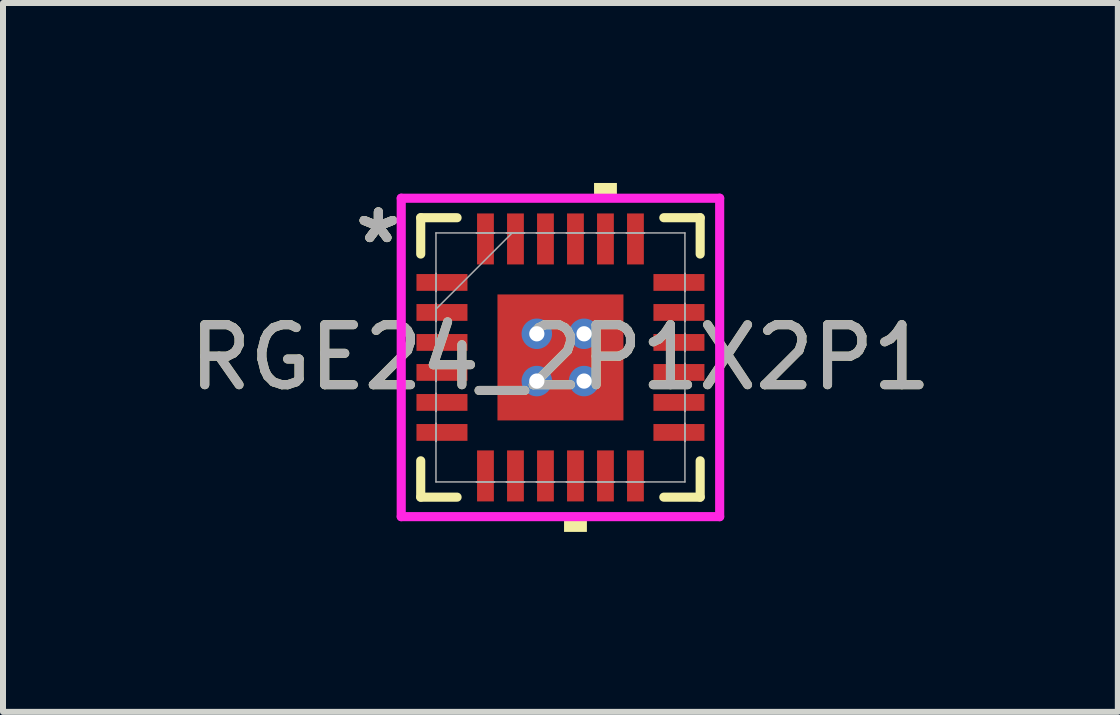
<source format=kicad_pcb>
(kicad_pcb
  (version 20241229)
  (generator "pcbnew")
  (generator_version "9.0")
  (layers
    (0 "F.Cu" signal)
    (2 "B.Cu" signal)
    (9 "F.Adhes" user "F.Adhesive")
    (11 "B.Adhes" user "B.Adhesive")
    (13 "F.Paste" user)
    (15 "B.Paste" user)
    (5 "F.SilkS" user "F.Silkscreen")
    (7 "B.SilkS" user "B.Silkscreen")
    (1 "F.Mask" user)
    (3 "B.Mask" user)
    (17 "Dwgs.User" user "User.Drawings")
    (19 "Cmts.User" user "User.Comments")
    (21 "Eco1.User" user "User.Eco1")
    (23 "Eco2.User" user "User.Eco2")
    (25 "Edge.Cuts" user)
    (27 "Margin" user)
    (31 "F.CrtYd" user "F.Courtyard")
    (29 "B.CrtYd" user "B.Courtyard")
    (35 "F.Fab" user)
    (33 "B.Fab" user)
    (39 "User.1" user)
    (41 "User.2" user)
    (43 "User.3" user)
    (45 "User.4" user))
  (footprint "RGE24_2P1X2P1"
    (layer "F.Cu")
    (at 6.292 2.908)
    (property "Reference" "RGE24_2P1X2P1" (at 0 0 0) (unlocked yes) (layer "F.SilkS") (effects (font (size 1 1) (thickness 0.15))))
    (attr smd)
    (fp_poly (pts (xy -2.47 -1.46) (xy -2.47 -1.04) (xy -1.48 -1.04) (xy -1.48 -1.46)) (stroke (width 0) (type solid)) (fill yes) (layer "F.Mask"))
    (fp_poly (pts (xy -2.47 -0.96) (xy -2.47 -0.54) (xy -1.48 -0.54) (xy -1.48 -0.96)) (stroke (width 0) (type solid)) (fill yes) (layer "F.Mask"))
    (fp_poly (pts (xy -2.47 -0.46) (xy -2.47 -0.04) (xy -1.48 -0.04) (xy -1.48 -0.46)) (stroke (width 0) (type solid)) (fill yes) (layer "F.Mask"))
    (fp_poly (pts (xy -2.47 0.04) (xy -2.47 0.46) (xy -1.48 0.46) (xy -1.48 0.04)) (stroke (width 0) (type solid)) (fill yes) (layer "F.Mask"))
    (fp_poly (pts (xy -2.47 0.54) (xy -2.47 0.96) (xy -1.48 0.96) (xy -1.48 0.54)) (stroke (width 0) (type solid)) (fill yes) (layer "F.Mask"))
    (fp_poly (pts (xy -2.47 1.04) (xy -2.47 1.46) (xy -1.48 1.46) (xy -1.48 1.04)) (stroke (width 0) (type solid)) (fill yes) (layer "F.Mask"))
    (fp_poly (pts (xy -1.46 -2.47) (xy -1.46 -1.48) (xy -1.041 -1.48) (xy -1.041 -2.47)) (stroke (width 0) (type solid)) (fill yes) (layer "F.Mask"))
    (fp_poly (pts (xy -1.46 1.48) (xy -1.46 2.47) (xy -1.041 2.47) (xy -1.041 1.48)) (stroke (width 0) (type solid)) (fill yes) (layer "F.Mask"))
    (fp_poly (pts (xy -1.113 -1.113) (xy -0.594 -1.113) (xy -0.594 1.113) (xy -1.113 1.113)) (stroke (width 0) (type solid)) (fill yes) (layer "F.Mask"))
    (fp_poly (pts (xy -1.113 -1.113) (xy 1.113 -1.113) (xy 1.113 -0.594) (xy -1.113 -0.594)) (stroke (width 0) (type solid)) (fill yes) (layer "F.Mask"))
    (fp_poly (pts (xy -1.113 -0.194) (xy 1.113 -0.194) (xy 1.113 0.194) (xy -1.113 0.194)) (stroke (width 0) (type solid)) (fill yes) (layer "F.Mask"))
    (fp_poly (pts (xy -1.113 0.594) (xy 1.113 0.594) (xy 1.113 1.113) (xy -1.113 1.113)) (stroke (width 0) (type solid)) (fill yes) (layer "F.Mask"))
    (fp_poly (pts (xy -0.96 -2.47) (xy -0.96 -1.48) (xy -0.541 -1.48) (xy -0.541 -2.47)) (stroke (width 0) (type solid)) (fill yes) (layer "F.Mask"))
    (fp_poly (pts (xy -0.96 1.48) (xy -0.96 2.47) (xy -0.541 2.47) (xy -0.541 1.48)) (stroke (width 0) (type solid)) (fill yes) (layer "F.Mask"))
    (fp_poly (pts (xy -0.46 -2.47) (xy -0.46 -1.48) (xy -0.04 -1.48) (xy -0.04 -2.47)) (stroke (width 0) (type solid)) (fill yes) (layer "F.Mask"))
    (fp_poly (pts (xy -0.46 1.48) (xy -0.46 2.47) (xy -0.04 2.47) (xy -0.04 1.48)) (stroke (width 0) (type solid)) (fill yes) (layer "F.Mask"))
    (fp_poly (pts (xy 0.04 -2.47) (xy 0.04 -1.48) (xy 0.46 -1.48) (xy 0.46 -2.47)) (stroke (width 0) (type solid)) (fill yes) (layer "F.Mask"))
    (fp_poly (pts (xy 0.04 1.48) (xy 0.04 2.47) (xy 0.46 2.47) (xy 0.46 1.48)) (stroke (width 0) (type solid)) (fill yes) (layer "F.Mask"))
    (fp_poly (pts (xy 0.194 -1.113) (xy -0.194 -1.113) (xy -0.194 1.113) (xy 0.194 1.113)) (stroke (width 0) (type solid)) (fill yes) (layer "F.Mask"))
    (fp_poly (pts (xy 0.541 -2.47) (xy 0.541 -1.48) (xy 0.96 -1.48) (xy 0.96 -2.47)) (stroke (width 0) (type solid)) (fill yes) (layer "F.Mask"))
    (fp_poly (pts (xy 0.541 1.48) (xy 0.541 2.47) (xy 0.96 2.47) (xy 0.96 1.48)) (stroke (width 0) (type solid)) (fill yes) (layer "F.Mask"))
    (fp_poly (pts (xy 0.594 -1.113) (xy 1.113 -1.113) (xy 1.113 1.113) (xy 0.594 1.113)) (stroke (width 0) (type solid)) (fill yes) (layer "F.Mask"))
    (fp_poly (pts (xy 1.041 -2.47) (xy 1.041 -1.48) (xy 1.46 -1.48) (xy 1.46 -2.47)) (stroke (width 0) (type solid)) (fill yes) (layer "F.Mask"))
    (fp_poly (pts (xy 1.041 1.48) (xy 1.041 2.47) (xy 1.46 2.47) (xy 1.46 1.48)) (stroke (width 0) (type solid)) (fill yes) (layer "F.Mask"))
    (fp_poly (pts (xy 1.48 -1.46) (xy 1.48 -1.04) (xy 2.47 -1.04) (xy 2.47 -1.46)) (stroke (width 0) (type solid)) (fill yes) (layer "F.Mask"))
    (fp_poly (pts (xy 1.48 -0.96) (xy 1.48 -0.54) (xy 2.47 -0.54) (xy 2.47 -0.96)) (stroke (width 0) (type solid)) (fill yes) (layer "F.Mask"))
    (fp_poly (pts (xy 1.48 -0.46) (xy 1.48 -0.04) (xy 2.47 -0.04) (xy 2.47 -0.46)) (stroke (width 0) (type solid)) (fill yes) (layer "F.Mask"))
    (fp_poly (pts (xy 1.48 0.04) (xy 1.48 0.46) (xy 2.47 0.46) (xy 2.47 0.04)) (stroke (width 0) (type solid)) (fill yes) (layer "F.Mask"))
    (fp_poly (pts (xy 1.48 0.54) (xy 1.48 0.96) (xy 2.47 0.96) (xy 2.47 0.54)) (stroke (width 0) (type solid)) (fill yes) (layer "F.Mask"))
    (fp_poly (pts (xy 1.48 1.04) (xy 1.48 1.46) (xy 2.47 1.46) (xy 2.47 1.04)) (stroke (width 0) (type solid)) (fill yes) (layer "F.Mask"))
    (fp_line (start -2.329 -2.329) (end -2.329 -1.723) (stroke (width 0.152) (type solid)) (layer "F.SilkS"))
    (fp_line (start -2.329 1.723) (end -2.329 2.329) (stroke (width 0.152) (type solid)) (layer "F.SilkS"))
    (fp_line (start -2.329 2.329) (end -1.723 2.329) (stroke (width 0.152) (type solid)) (layer "F.SilkS"))
    (fp_line (start -1.723 -2.329) (end -2.329 -2.329) (stroke (width 0.152) (type solid)) (layer "F.SilkS"))
    (fp_line (start 1.723 2.329) (end 2.329 2.329) (stroke (width 0.152) (type solid)) (layer "F.SilkS"))
    (fp_line (start 2.329 -2.329) (end 1.723 -2.329) (stroke (width 0.152) (type solid)) (layer "F.SilkS"))
    (fp_line (start 2.329 -1.723) (end 2.329 -2.329) (stroke (width 0.152) (type solid)) (layer "F.SilkS"))
    (fp_line (start 2.329 2.329) (end 2.329 1.723) (stroke (width 0.152) (type solid)) (layer "F.SilkS"))
    (fp_poly (pts (xy 0.06 2.654) (xy 0.06 2.908) (xy 0.441 2.908) (xy 0.441 2.654)) (stroke (width 0) (type solid)) (fill yes) (layer "F.SilkS"))
    (fp_poly (pts (xy 0.56 -2.654) (xy 0.56 -2.908) (xy 0.941 -2.908) (xy 0.941 -2.654)) (stroke (width 0) (type solid)) (fill yes) (layer "F.SilkS"))
    (fp_poly (pts (xy -2.375 -1.365) (xy -2.375 -1.135) (xy -1.575 -1.135) (xy -1.575 -1.365)) (stroke (width 0) (type solid)) (fill yes) (layer "F.Paste"))
    (fp_poly (pts (xy -2.375 -0.865) (xy -2.375 -0.635) (xy -1.575 -0.635) (xy -1.575 -0.865)) (stroke (width 0) (type solid)) (fill yes) (layer "F.Paste"))
    (fp_poly (pts (xy -2.375 -0.365) (xy -2.375 -0.135) (xy -1.575 -0.135) (xy -1.575 -0.365)) (stroke (width 0) (type solid)) (fill yes) (layer "F.Paste"))
    (fp_poly (pts (xy -2.375 0.135) (xy -2.375 0.365) (xy -1.575 0.365) (xy -1.575 0.135)) (stroke (width 0) (type solid)) (fill yes) (layer "F.Paste"))
    (fp_poly (pts (xy -2.375 0.635) (xy -2.375 0.865) (xy -1.575 0.865) (xy -1.575 0.635)) (stroke (width 0) (type solid)) (fill yes) (layer "F.Paste"))
    (fp_poly (pts (xy -2.375 1.135) (xy -2.375 1.365) (xy -1.575 1.365) (xy -1.575 1.135)) (stroke (width 0) (type solid)) (fill yes) (layer "F.Paste"))
    (fp_poly (pts (xy -1.365 -2.375) (xy -1.365 -1.575) (xy -1.135 -1.575) (xy -1.135 -2.375)) (stroke (width 0) (type solid)) (fill yes) (layer "F.Paste"))
    (fp_poly (pts (xy -1.365 1.575) (xy -1.365 2.375) (xy -1.135 2.375) (xy -1.135 1.575)) (stroke (width 0) (type solid)) (fill yes) (layer "F.Paste"))
    (fp_poly (pts (xy -0.865 -2.375) (xy -0.865 -1.575) (xy -0.635 -1.575) (xy -0.635 -2.375)) (stroke (width 0) (type solid)) (fill yes) (layer "F.Paste"))
    (fp_poly (pts (xy -0.865 1.575) (xy -0.865 2.375) (xy -0.635 2.375) (xy -0.635 1.575)) (stroke (width 0) (type solid)) (fill yes) (layer "F.Paste"))
    (fp_poly (pts (xy -0.365 -2.375) (xy -0.365 -1.575) (xy -0.135 -1.575) (xy -0.135 -2.375)) (stroke (width 0) (type solid)) (fill yes) (layer "F.Paste"))
    (fp_poly (pts (xy -0.365 1.575) (xy -0.365 2.375) (xy -0.135 2.375) (xy -0.135 1.575)) (stroke (width 0) (type solid)) (fill yes) (layer "F.Paste"))
    (fp_poly (pts (xy 0.135 -2.375) (xy 0.135 -1.575) (xy 0.365 -1.575) (xy 0.365 -2.375)) (stroke (width 0) (type solid)) (fill yes) (layer "F.Paste"))
    (fp_poly (pts (xy 0.135 1.575) (xy 0.135 2.375) (xy 0.365 2.375) (xy 0.365 1.575)) (stroke (width 0) (type solid)) (fill yes) (layer "F.Paste"))
    (fp_poly (pts (xy 0.635 -2.375) (xy 0.635 -1.575) (xy 0.865 -1.575) (xy 0.865 -2.375)) (stroke (width 0) (type solid)) (fill yes) (layer "F.Paste"))
    (fp_poly (pts (xy 0.635 1.575) (xy 0.635 2.375) (xy 0.865 2.375) (xy 0.865 1.575)) (stroke (width 0) (type solid)) (fill yes) (layer "F.Paste"))
    (fp_poly (pts (xy 1.135 -2.375) (xy 1.135 -1.575) (xy 1.365 -1.575) (xy 1.365 -2.375)) (stroke (width 0) (type solid)) (fill yes) (layer "F.Paste"))
    (fp_poly (pts (xy 1.135 1.575) (xy 1.135 2.375) (xy 1.365 2.375) (xy 1.365 1.575)) (stroke (width 0) (type solid)) (fill yes) (layer "F.Paste"))
    (fp_poly (pts (xy 1.575 -1.365) (xy 1.575 -1.135) (xy 2.375 -1.135) (xy 2.375 -1.365)) (stroke (width 0) (type solid)) (fill yes) (layer "F.Paste"))
    (fp_poly (pts (xy 1.575 -0.865) (xy 1.575 -0.635) (xy 2.375 -0.635) (xy 2.375 -0.865)) (stroke (width 0) (type solid)) (fill yes) (layer "F.Paste"))
    (fp_poly (pts (xy 1.575 -0.365) (xy 1.575 -0.135) (xy 2.375 -0.135) (xy 2.375 -0.365)) (stroke (width 0) (type solid)) (fill yes) (layer "F.Paste"))
    (fp_poly (pts (xy 1.575 0.135) (xy 1.575 0.365) (xy 2.375 0.365) (xy 2.375 0.135)) (stroke (width 0) (type solid)) (fill yes) (layer "F.Paste"))
    (fp_poly (pts (xy 1.575 0.635) (xy 1.575 0.865) (xy 2.375 0.865) (xy 2.375 0.635)) (stroke (width 0) (type solid)) (fill yes) (layer "F.Paste"))
    (fp_poly (pts (xy 1.575 1.135) (xy 1.575 1.365) (xy 2.375 1.365) (xy 2.375 1.135)) (stroke (width 0) (type solid)) (fill yes) (layer "F.Paste"))
    (fp_poly (pts (xy -0.975 -0.975) (xy -0.975 -0.494) (xy -0.635 -0.494) (xy -0.494 -0.635) (xy -0.494 -0.975)) (stroke (width 0) (type solid)) (fill yes) (layer "F.Paste"))
    (fp_poly (pts (xy -0.975 0.494) (xy -0.975 0.975) (xy -0.494 0.975) (xy -0.494 0.635) (xy -0.635 0.494)) (stroke (width 0) (type solid)) (fill yes) (layer "F.Paste"))
    (fp_poly (pts (xy 0.494 -0.975) (xy 0.494 -0.635) (xy 0.635 -0.494) (xy 0.975 -0.494) (xy 0.975 -0.975)) (stroke (width 0) (type solid)) (fill yes) (layer "F.Paste"))
    (fp_poly (pts (xy 0.635 0.494) (xy 0.494 0.635) (xy 0.494 0.975) (xy 0.975 0.975) (xy 0.975 0.494)) (stroke (width 0) (type solid)) (fill yes) (layer "F.Paste"))
    (fp_poly (pts (xy -0.975 -0.294) (xy -0.975 0.294) (xy -0.635 0.294) (xy -0.494 0.152) (xy -0.494 -0.152) (xy -0.635 -0.294)) (stroke (width 0) (type solid)) (fill yes) (layer "F.Paste"))
    (fp_poly (pts (xy -0.294 -0.975) (xy -0.294 -0.635) (xy -0.152 -0.494) (xy 0.152 -0.494) (xy 0.294 -0.635) (xy 0.294 -0.975)) (stroke (width 0) (type solid)) (fill yes) (layer "F.Paste"))
    (fp_poly (pts (xy -0.152 0.494) (xy -0.294 0.635) (xy -0.294 0.975) (xy 0.294 0.975) (xy 0.294 0.635) (xy 0.152 0.494)) (stroke (width 0) (type solid)) (fill yes) (layer "F.Paste"))
    (fp_poly (pts (xy 0.635 -0.294) (xy 0.494 -0.152) (xy 0.494 0.152) (xy 0.635 0.294) (xy 0.975 0.294) (xy 0.975 -0.294)) (stroke (width 0) (type solid)) (fill yes) (layer "F.Paste"))
    (fp_poly (pts (xy -0.152 -0.294) (xy -0.294 -0.152) (xy -0.294 0.152) (xy -0.152 0.294) (xy 0.152 0.294) (xy 0.294 0.152) (xy 0.294 -0.152) (xy 0.152 -0.294)) (stroke (width 0) (type solid)) (fill yes) (layer "F.Paste"))
    (fp_line (start -2.654 -2.654) (end 2.654 -2.654) (stroke (width 0.152) (type solid)) (layer "F.CrtYd"))
    (fp_line (start -2.654 2.654) (end -2.654 -2.654) (stroke (width 0.152) (type solid)) (layer "F.CrtYd"))
    (fp_line (start 2.654 -2.654) (end 2.654 2.654) (stroke (width 0.152) (type solid)) (layer "F.CrtYd"))
    (fp_line (start 2.654 2.654) (end -2.654 2.654) (stroke (width 0.152) (type solid)) (layer "F.CrtYd"))
    (fp_line (start -2.075 -2.075) (end -2.075 2.075) (stroke (width 0.025) (type solid)) (layer "F.Fab"))
    (fp_line (start -2.075 -1.4) (end -2.075 -1.4) (stroke (width 0.025) (type solid)) (layer "F.Fab"))
    (fp_line (start -2.075 -1.4) (end -2.075 -1.1) (stroke (width 0.025) (type solid)) (layer "F.Fab"))
    (fp_line (start -2.075 -1.1) (end -2.075 -1.4) (stroke (width 0.025) (type solid)) (layer "F.Fab"))
    (fp_line (start -2.075 -1.1) (end -2.075 -1.1) (stroke (width 0.025) (type solid)) (layer "F.Fab"))
    (fp_line (start -2.075 -0.9) (end -2.075 -0.9) (stroke (width 0.025) (type solid)) (layer "F.Fab"))
    (fp_line (start -2.075 -0.9) (end -2.075 -0.6) (stroke (width 0.025) (type solid)) (layer "F.Fab"))
    (fp_line (start -2.075 -0.805) (end -0.805 -2.075) (stroke (width 0.025) (type solid)) (layer "F.Fab"))
    (fp_line (start -2.075 -0.6) (end -2.075 -0.9) (stroke (width 0.025) (type solid)) (layer "F.Fab"))
    (fp_line (start -2.075 -0.6) (end -2.075 -0.6) (stroke (width 0.025) (type solid)) (layer "F.Fab"))
    (fp_line (start -2.075 -0.4) (end -2.075 -0.4) (stroke (width 0.025) (type solid)) (layer "F.Fab"))
    (fp_line (start -2.075 -0.4) (end -2.075 -0.1) (stroke (width 0.025) (type solid)) (layer "F.Fab"))
    (fp_line (start -2.075 -0.1) (end -2.075 -0.4) (stroke (width 0.025) (type solid)) (layer "F.Fab"))
    (fp_line (start -2.075 -0.1) (end -2.075 -0.1) (stroke (width 0.025) (type solid)) (layer "F.Fab"))
    (fp_line (start -2.075 0.1) (end -2.075 0.1) (stroke (width 0.025) (type solid)) (layer "F.Fab"))
    (fp_line (start -2.075 0.1) (end -2.075 0.4) (stroke (width 0.025) (type solid)) (layer "F.Fab"))
    (fp_line (start -2.075 0.4) (end -2.075 0.1) (stroke (width 0.025) (type solid)) (layer "F.Fab"))
    (fp_line (start -2.075 0.4) (end -2.075 0.4) (stroke (width 0.025) (type solid)) (layer "F.Fab"))
    (fp_line (start -2.075 0.6) (end -2.075 0.6) (stroke (width 0.025) (type solid)) (layer "F.Fab"))
    (fp_line (start -2.075 0.6) (end -2.075 0.9) (stroke (width 0.025) (type solid)) (layer "F.Fab"))
    (fp_line (start -2.075 0.9) (end -2.075 0.6) (stroke (width 0.025) (type solid)) (layer "F.Fab"))
    (fp_line (start -2.075 0.9) (end -2.075 0.9) (stroke (width 0.025) (type solid)) (layer "F.Fab"))
    (fp_line (start -2.075 1.1) (end -2.075 1.1) (stroke (width 0.025) (type solid)) (layer "F.Fab"))
    (fp_line (start -2.075 1.1) (end -2.075 1.4) (stroke (width 0.025) (type solid)) (layer "F.Fab"))
    (fp_line (start -2.075 1.4) (end -2.075 1.1) (stroke (width 0.025) (type solid)) (layer "F.Fab"))
    (fp_line (start -2.075 1.4) (end -2.075 1.4) (stroke (width 0.025) (type solid)) (layer "F.Fab"))
    (fp_line (start -2.075 2.075) (end 2.075 2.075) (stroke (width 0.025) (type solid)) (layer "F.Fab"))
    (fp_line (start -1.4 -2.075) (end -1.4 -2.075) (stroke (width 0.025) (type solid)) (layer "F.Fab"))
    (fp_line (start -1.4 -2.075) (end -1.1 -2.075) (stroke (width 0.025) (type solid)) (layer "F.Fab"))
    (fp_line (start -1.4 2.075) (end -1.4 2.075) (stroke (width 0.025) (type solid)) (layer "F.Fab"))
    (fp_line (start -1.4 2.075) (end -1.1 2.075) (stroke (width 0.025) (type solid)) (layer "F.Fab"))
    (fp_line (start -1.1 -2.075) (end -1.4 -2.075) (stroke (width 0.025) (type solid)) (layer "F.Fab"))
    (fp_line (start -1.1 -2.075) (end -1.1 -2.075) (stroke (width 0.025) (type solid)) (layer "F.Fab"))
    (fp_line (start -1.1 2.075) (end -1.4 2.075) (stroke (width 0.025) (type solid)) (layer "F.Fab"))
    (fp_line (start -1.1 2.075) (end -1.1 2.075) (stroke (width 0.025) (type solid)) (layer "F.Fab"))
    (fp_line (start -0.9 -2.075) (end -0.9 -2.075) (stroke (width 0.025) (type solid)) (layer "F.Fab"))
    (fp_line (start -0.9 -2.075) (end -0.6 -2.075) (stroke (width 0.025) (type solid)) (layer "F.Fab"))
    (fp_line (start -0.9 2.075) (end -0.9 2.075) (stroke (width 0.025) (type solid)) (layer "F.Fab"))
    (fp_line (start -0.9 2.075) (end -0.6 2.075) (stroke (width 0.025) (type solid)) (layer "F.Fab"))
    (fp_line (start -0.6 -2.075) (end -0.9 -2.075) (stroke (width 0.025) (type solid)) (layer "F.Fab"))
    (fp_line (start -0.6 -2.075) (end -0.6 -2.075) (stroke (width 0.025) (type solid)) (layer "F.Fab"))
    (fp_line (start -0.6 2.075) (end -0.9 2.075) (stroke (width 0.025) (type solid)) (layer "F.Fab"))
    (fp_line (start -0.6 2.075) (end -0.6 2.075) (stroke (width 0.025) (type solid)) (layer "F.Fab"))
    (fp_line (start -0.4 -2.075) (end -0.4 -2.075) (stroke (width 0.025) (type solid)) (layer "F.Fab"))
    (fp_line (start -0.4 -2.075) (end -0.1 -2.075) (stroke (width 0.025) (type solid)) (layer "F.Fab"))
    (fp_line (start -0.4 2.075) (end -0.4 2.075) (stroke (width 0.025) (type solid)) (layer "F.Fab"))
    (fp_line (start -0.4 2.075) (end -0.1 2.075) (stroke (width 0.025) (type solid)) (layer "F.Fab"))
    (fp_line (start -0.1 -2.075) (end -0.4 -2.075) (stroke (width 0.025) (type solid)) (layer "F.Fab"))
    (fp_line (start -0.1 -2.075) (end -0.1 -2.075) (stroke (width 0.025) (type solid)) (layer "F.Fab"))
    (fp_line (start -0.1 2.075) (end -0.4 2.075) (stroke (width 0.025) (type solid)) (layer "F.Fab"))
    (fp_line (start -0.1 2.075) (end -0.1 2.075) (stroke (width 0.025) (type solid)) (layer "F.Fab"))
    (fp_line (start 0.1 -2.075) (end 0.1 -2.075) (stroke (width 0.025) (type solid)) (layer "F.Fab"))
    (fp_line (start 0.1 -2.075) (end 0.4 -2.075) (stroke (width 0.025) (type solid)) (layer "F.Fab"))
    (fp_line (start 0.1 2.075) (end 0.1 2.075) (stroke (width 0.025) (type solid)) (layer "F.Fab"))
    (fp_line (start 0.1 2.075) (end 0.4 2.075) (stroke (width 0.025) (type solid)) (layer "F.Fab"))
    (fp_line (start 0.4 -2.075) (end 0.1 -2.075) (stroke (width 0.025) (type solid)) (layer "F.Fab"))
    (fp_line (start 0.4 -2.075) (end 0.4 -2.075) (stroke (width 0.025) (type solid)) (layer "F.Fab"))
    (fp_line (start 0.4 2.075) (end 0.1 2.075) (stroke (width 0.025) (type solid)) (layer "F.Fab"))
    (fp_line (start 0.4 2.075) (end 0.4 2.075) (stroke (width 0.025) (type solid)) (layer "F.Fab"))
    (fp_line (start 0.6 -2.075) (end 0.6 -2.075) (stroke (width 0.025) (type solid)) (layer "F.Fab"))
    (fp_line (start 0.6 -2.075) (end 0.9 -2.075) (stroke (width 0.025) (type solid)) (layer "F.Fab"))
    (fp_line (start 0.6 2.075) (end 0.6 2.075) (stroke (width 0.025) (type solid)) (layer "F.Fab"))
    (fp_line (start 0.6 2.075) (end 0.9 2.075) (stroke (width 0.025) (type solid)) (layer "F.Fab"))
    (fp_line (start 0.9 -2.075) (end 0.6 -2.075) (stroke (width 0.025) (type solid)) (layer "F.Fab"))
    (fp_line (start 0.9 -2.075) (end 0.9 -2.075) (stroke (width 0.025) (type solid)) (layer "F.Fab"))
    (fp_line (start 0.9 2.075) (end 0.6 2.075) (stroke (width 0.025) (type solid)) (layer "F.Fab"))
    (fp_line (start 0.9 2.075) (end 0.9 2.075) (stroke (width 0.025) (type solid)) (layer "F.Fab"))
    (fp_line (start 1.1 -2.075) (end 1.1 -2.075) (stroke (width 0.025) (type solid)) (layer "F.Fab"))
    (fp_line (start 1.1 -2.075) (end 1.4 -2.075) (stroke (width 0.025) (type solid)) (layer "F.Fab"))
    (fp_line (start 1.1 2.075) (end 1.1 2.075) (stroke (width 0.025) (type solid)) (layer "F.Fab"))
    (fp_line (start 1.1 2.075) (end 1.4 2.075) (stroke (width 0.025) (type solid)) (layer "F.Fab"))
    (fp_line (start 1.4 -2.075) (end 1.1 -2.075) (stroke (width 0.025) (type solid)) (layer "F.Fab"))
    (fp_line (start 1.4 -2.075) (end 1.4 -2.075) (stroke (width 0.025) (type solid)) (layer "F.Fab"))
    (fp_line (start 1.4 2.075) (end 1.1 2.075) (stroke (width 0.025) (type solid)) (layer "F.Fab"))
    (fp_line (start 1.4 2.075) (end 1.4 2.075) (stroke (width 0.025) (type solid)) (layer "F.Fab"))
    (fp_line (start 2.075 -2.075) (end -2.075 -2.075) (stroke (width 0.025) (type solid)) (layer "F.Fab"))
    (fp_line (start 2.075 -1.4) (end 2.075 -1.4) (stroke (width 0.025) (type solid)) (layer "F.Fab"))
    (fp_line (start 2.075 -1.4) (end 2.075 -1.1) (stroke (width 0.025) (type solid)) (layer "F.Fab"))
    (fp_line (start 2.075 -1.1) (end 2.075 -1.4) (stroke (width 0.025) (type solid)) (layer "F.Fab"))
    (fp_line (start 2.075 -1.1) (end 2.075 -1.1) (stroke (width 0.025) (type solid)) (layer "F.Fab"))
    (fp_line (start 2.075 -0.9) (end 2.075 -0.9) (stroke (width 0.025) (type solid)) (layer "F.Fab"))
    (fp_line (start 2.075 -0.9) (end 2.075 -0.6) (stroke (width 0.025) (type solid)) (layer "F.Fab"))
    (fp_line (start 2.075 -0.6) (end 2.075 -0.9) (stroke (width 0.025) (type solid)) (layer "F.Fab"))
    (fp_line (start 2.075 -0.6) (end 2.075 -0.6) (stroke (width 0.025) (type solid)) (layer "F.Fab"))
    (fp_line (start 2.075 -0.4) (end 2.075 -0.4) (stroke (width 0.025) (type solid)) (layer "F.Fab"))
    (fp_line (start 2.075 -0.4) (end 2.075 -0.1) (stroke (width 0.025) (type solid)) (layer "F.Fab"))
    (fp_line (start 2.075 -0.1) (end 2.075 -0.4) (stroke (width 0.025) (type solid)) (layer "F.Fab"))
    (fp_line (start 2.075 -0.1) (end 2.075 -0.1) (stroke (width 0.025) (type solid)) (layer "F.Fab"))
    (fp_line (start 2.075 0.1) (end 2.075 0.1) (stroke (width 0.025) (type solid)) (layer "F.Fab"))
    (fp_line (start 2.075 0.1) (end 2.075 0.4) (stroke (width 0.025) (type solid)) (layer "F.Fab"))
    (fp_line (start 2.075 0.4) (end 2.075 0.1) (stroke (width 0.025) (type solid)) (layer "F.Fab"))
    (fp_line (start 2.075 0.4) (end 2.075 0.4) (stroke (width 0.025) (type solid)) (layer "F.Fab"))
    (fp_line (start 2.075 0.6) (end 2.075 0.6) (stroke (width 0.025) (type solid)) (layer "F.Fab"))
    (fp_line (start 2.075 0.6) (end 2.075 0.9) (stroke (width 0.025) (type solid)) (layer "F.Fab"))
    (fp_line (start 2.075 0.9) (end 2.075 0.6) (stroke (width 0.025) (type solid)) (layer "F.Fab"))
    (fp_line (start 2.075 0.9) (end 2.075 0.9) (stroke (width 0.025) (type solid)) (layer "F.Fab"))
    (fp_line (start 2.075 1.1) (end 2.075 1.1) (stroke (width 0.025) (type solid)) (layer "F.Fab"))
    (fp_line (start 2.075 1.1) (end 2.075 1.4) (stroke (width 0.025) (type solid)) (layer "F.Fab"))
    (fp_line (start 2.075 1.4) (end 2.075 1.1) (stroke (width 0.025) (type solid)) (layer "F.Fab"))
    (fp_line (start 2.075 1.4) (end 2.075 1.4) (stroke (width 0.025) (type solid)) (layer "F.Fab"))
    (fp_line (start 2.075 2.075) (end 2.075 -2.075) (stroke (width 0.025) (type solid)) (layer "F.Fab"))
    (fp_text user "*" (at -3.035 -1.881 0) (layer "F.SilkS") (effects (font (size 1 1) (thickness 0.15))))
    (fp_text user "*" (at -3.035 -1.881 0) (unlocked yes) (layer "F.SilkS") (effects (font (size 1 1) (thickness 0.15))))
    (fp_text user "${REFERENCE}" (at 0 0 0) (unlocked yes) (layer "F.Fab") (effects (font (size 1 1) (thickness 0.15))))
    (fp_text user "*" (at -3.035 -1.881 0) (layer "F.Fab") (effects (font (size 1 1) (thickness 0.15))))
    (fp_text user "*" (at -3.035 -1.881 0) (unlocked yes) (layer "F.Fab") (effects (font (size 1 1) (thickness 0.15))))
    (pad "1" smd rect (at -1.975 -1.25 90) (size 0.28 0.85) (layers "F.Cu" "F.Mask"))
    (pad "2" smd rect (at -1.975 -0.75 90) (size 0.28 0.85) (layers "F.Cu" "F.Mask"))
    (pad "3" smd rect (at -1.975 -0.25 90) (size 0.28 0.85) (layers "F.Cu" "F.Mask"))
    (pad "4" smd rect (at -1.975 0.25 90) (size 0.28 0.85) (layers "F.Cu" "F.Mask"))
    (pad "5" smd rect (at -1.975 0.75 90) (size 0.28 0.85) (layers "F.Cu" "F.Mask"))
    (pad "6" smd rect (at -1.975 1.25 90) (size 0.28 0.85) (layers "F.Cu" "F.Mask"))
    (pad "7" smd rect (at -1.25 1.975) (size 0.28 0.85) (layers "F.Cu" "F.Mask"))
    (pad "8" smd rect (at -0.75 1.975) (size 0.28 0.85) (layers "F.Cu" "F.Mask"))
    (pad "9" smd rect (at -0.25 1.975) (size 0.28 0.85) (layers "F.Cu" "F.Mask"))
    (pad "10" smd rect (at 0.25 1.975) (size 0.28 0.85) (layers "F.Cu" "F.Mask"))
    (pad "11" smd rect (at 0.75 1.975) (size 0.28 0.85) (layers "F.Cu" "F.Mask"))
    (pad "12" smd rect (at 1.25 1.975) (size 0.28 0.85) (layers "F.Cu" "F.Mask"))
    (pad "13" smd rect (at 1.975 1.25 90) (size 0.28 0.85) (layers "F.Cu" "F.Mask"))
    (pad "14" smd rect (at 1.975 0.75 90) (size 0.28 0.85) (layers "F.Cu" "F.Mask"))
    (pad "15" smd rect (at 1.975 0.25 90) (size 0.28 0.85) (layers "F.Cu" "F.Mask"))
    (pad "16" smd rect (at 1.975 -0.25 90) (size 0.28 0.85) (layers "F.Cu" "F.Mask"))
    (pad "17" smd rect (at 1.975 -0.75 90) (size 0.28 0.85) (layers "F.Cu" "F.Mask"))
    (pad "18" smd rect (at 1.975 -1.25 90) (size 0.28 0.85) (layers "F.Cu" "F.Mask"))
    (pad "19" smd rect (at 1.25 -1.975) (size 0.28 0.85) (layers "F.Cu" "F.Mask"))
    (pad "20" smd rect (at 0.75 -1.975) (size 0.28 0.85) (layers "F.Cu" "F.Mask"))
    (pad "21" smd rect (at 0.25 -1.975) (size 0.28 0.85) (layers "F.Cu" "F.Mask"))
    (pad "22" smd rect (at -0.25 -1.975) (size 0.28 0.85) (layers "F.Cu" "F.Mask"))
    (pad "23" smd rect (at -0.75 -1.975) (size 0.28 0.85) (layers "F.Cu" "F.Mask"))
    (pad "24" smd rect (at -1.25 -1.975) (size 0.28 0.85) (layers "F.Cu" "F.Mask"))
    (pad "25" smd rect (at 0 0) (size 2.1 2.1) (layers "F.Cu"))
    (pad "V" thru_hole circle (at -0.394 -0.394) (size 0.508 0.508) (drill 0.254) (layers "*.Cu" "*.Mask"))
    (pad "V" thru_hole circle (at -0.394 0.394) (size 0.508 0.508) (drill 0.254) (layers "*.Cu" "*.Mask"))
    (pad "V" thru_hole circle (at 0.394 -0.394) (size 0.508 0.508) (drill 0.254) (layers "*.Cu" "*.Mask"))
    (pad "V" thru_hole circle (at 0.394 0.394) (size 0.508 0.508) (drill 0.254) (layers "*.Cu" "*.Mask")))
  (gr_rect
    (start -3 -3)
    (end 15.583 8.816)
    (stroke (width 0.1) (type default))
    (fill no)
    (layer "Edge.Cuts")))
</source>
